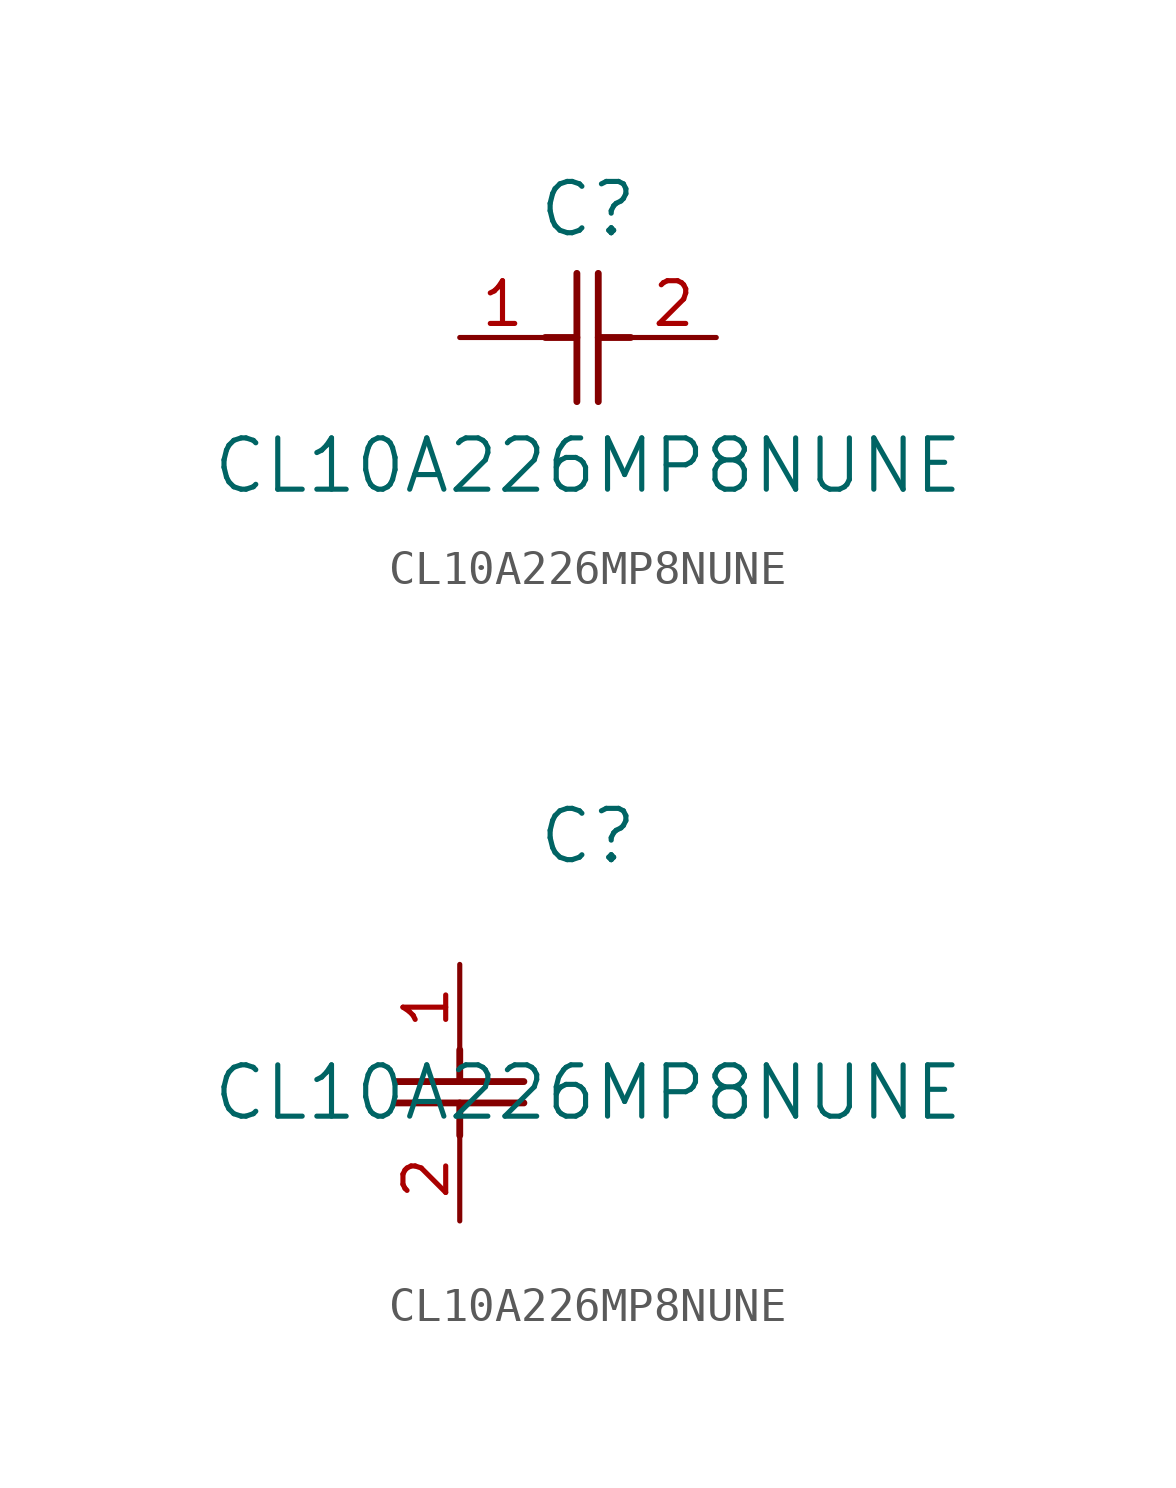
<source format=kicad_sym>
(kicad_symbol_lib
  (version 20211014)
  (generator kicad_symbol_editor)
  (symbol "CL10A226MP8NUNE"
    (pin_names
      (offset 0.254))
    (property "Reference" "C"
      (at 3.81 3.81 0)
      (effects (font (size 1.524 1.524))))
    (property "Value" "CL10A226MP8NUNE"
      (at 3.81 -3.81 0)
      (effects (font (size 1.524 1.524))))
    (symbol "CL10A226MP8NUNE_1_1"
      (polyline (pts (xy 3.48 -1.905) (xy 3.48 1.905)) (stroke (width 0.203) (type default) (color 0 0 0 0)) (fill (type none)))
      (polyline (pts (xy 4.115 -1.905) (xy 4.115 1.905)) (stroke (width 0.203) (type default) (color 0 0 0 0)) (fill (type none)))
      (polyline (pts (xy 4.115 0) (xy 5.08 0)) (stroke (width 0.203) (type default) (color 0 0 0 0)) (fill (type none)))
      (polyline (pts (xy 2.54 0) (xy 3.48 0)) (stroke (width 0.203) (type default) (color 0 0 0 0)) (fill (type none)))
      (pin unspecified line (at 0 0 0) (length 2.54) (name "" (effects (font (size 1.27 1.27)))) (number "1" (effects (font (size 1.27 1.27)))))
      (pin unspecified line (at 7.62 0 180) (length 2.54) (name "" (effects (font (size 1.27 1.27)))) (number "2" (effects (font (size 1.27 1.27))))))
    (symbol "CL10A226MP8NUNE_1_2"
      (polyline (pts (xy -1.905 -3.48) (xy 1.905 -3.48)) (stroke (width 0.203) (type default) (color 0 0 0 0)) (fill (type none)))
      (polyline (pts (xy -1.905 -4.115) (xy 1.905 -4.115)) (stroke (width 0.203) (type default) (color 0 0 0 0)) (fill (type none)))
      (polyline (pts (xy 0 -4.115) (xy 0 -5.08)) (stroke (width 0.203) (type default) (color 0 0 0 0)) (fill (type none)))
      (polyline (pts (xy 0 -2.54) (xy 0 -3.48)) (stroke (width 0.203) (type default) (color 0 0 0 0)) (fill (type none)))
      (pin unspecified line (at 0 0 270) (length 2.54) (name "" (effects (font (size 1.27 1.27)))) (number "1" (effects (font (size 1.27 1.27)))))
      (pin unspecified line (at 0 -7.62 90) (length 2.54) (name "" (effects (font (size 1.27 1.27)))) (number "2" (effects (font (size 1.27 1.27))))))))
</source>
